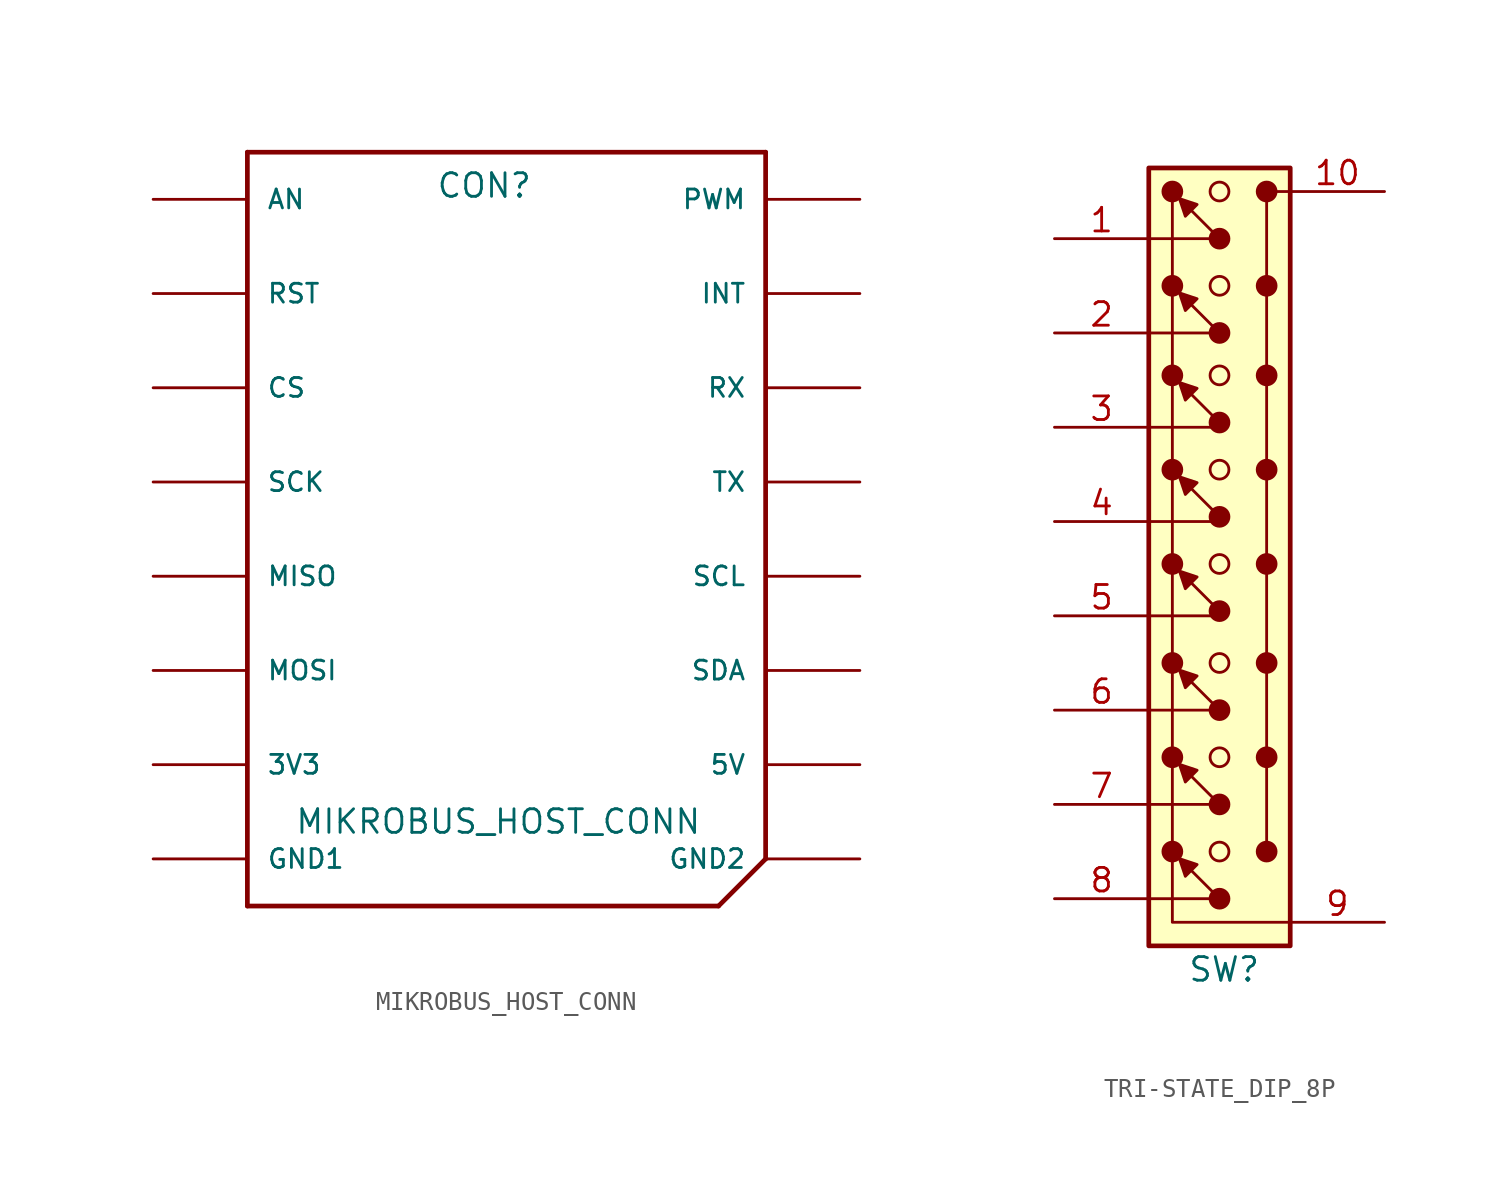
<source format=kicad_sym>
(kicad_symbol_lib
  (version 20241209)
  (generator "kicad_symbol_editor")
  (generator_version "9.0")
  (symbol "MIKROBUS_HOST_CONN"
    (pin_numbers
      (hide yes))
    (pin_names
      (offset 1.016))
    (property "Reference" "CON"
      (at 10.16 38.1 0)
      (effects (font (size 1.27 1.27)) (justify left bottom)))
    (property "Value" "MIKROBUS_HOST_CONN"
      (at 2.54 3.81 0)
      (effects (font (size 1.27 1.27)) (justify left bottom)))
    (symbol "MIKROBUS_HOST_CONN_0_0"
      (polyline (pts (xy 0 40.64) (xy 27.94 40.64)) (stroke (width 0.254) (type solid)) (fill (type none)))
      (polyline (pts (xy 0 0) (xy 0 40.64)) (stroke (width 0.254) (type solid)) (fill (type none)))
      (polyline (pts (xy 25.4 0) (xy 0 0)) (stroke (width 0.254) (type solid)) (fill (type none)))
      (polyline (pts (xy 27.94 40.64) (xy 27.94 2.54)) (stroke (width 0.254) (type solid)) (fill (type none)))
      (polyline (pts (xy 27.94 2.54) (xy 25.4 0)) (stroke (width 0.254) (type solid)) (fill (type none)))
      (pin bidirectional line (at -5.08 38.1 0) (length 5.08) (name "AN" (effects (font (size 1.016 1.016)))) (number "P1" (effects (font (size 1.016 1.016)))))
      (pin bidirectional line (at -5.08 33.02 0) (length 5.08) (name "RST" (effects (font (size 1.016 1.016)))) (number "P2" (effects (font (size 1.016 1.016)))))
      (pin bidirectional line (at -5.08 27.94 0) (length 5.08) (name "CS" (effects (font (size 1.016 1.016)))) (number "P3" (effects (font (size 1.016 1.016)))))
      (pin bidirectional line (at -5.08 22.86 0) (length 5.08) (name "SCK" (effects (font (size 1.016 1.016)))) (number "P4" (effects (font (size 1.016 1.016)))))
      (pin bidirectional line (at -5.08 17.78 0) (length 5.08) (name "MISO" (effects (font (size 1.016 1.016)))) (number "P5" (effects (font (size 1.016 1.016)))))
      (pin bidirectional line (at -5.08 12.7 0) (length 5.08) (name "MOSI" (effects (font (size 1.016 1.016)))) (number "P6" (effects (font (size 1.016 1.016)))))
      (pin power_in line (at -5.08 7.62 0) (length 5.08) (name "3V3" (effects (font (size 1.016 1.016)))) (number "P7" (effects (font (size 1.016 1.016)))))
      (pin bidirectional line (at -5.08 2.54 0) (length 5.08) (name "GND1" (effects (font (size 1.016 1.016)))) (number "P8" (effects (font (size 1.016 1.016)))))
      (pin bidirectional line (at 33.02 38.1 180) (length 5.08) (name "PWM" (effects (font (size 1.016 1.016)))) (number "P16" (effects (font (size 1.016 1.016)))))
      (pin bidirectional line (at 33.02 33.02 180) (length 5.08) (name "INT" (effects (font (size 1.016 1.016)))) (number "P15" (effects (font (size 1.016 1.016)))))
      (pin bidirectional line (at 33.02 27.94 180) (length 5.08) (name "RX" (effects (font (size 1.016 1.016)))) (number "P14" (effects (font (size 1.016 1.016)))))
      (pin bidirectional line (at 33.02 22.86 180) (length 5.08) (name "TX" (effects (font (size 1.016 1.016)))) (number "P13" (effects (font (size 1.016 1.016)))))
      (pin bidirectional line (at 33.02 17.78 180) (length 5.08) (name "SCL" (effects (font (size 1.016 1.016)))) (number "P12" (effects (font (size 1.016 1.016)))))
      (pin bidirectional line (at 33.02 12.7 180) (length 5.08) (name "SDA" (effects (font (size 1.016 1.016)))) (number "P11" (effects (font (size 1.016 1.016)))))
      (pin power_in line (at 33.02 7.62 180) (length 5.08) (name "5V" (effects (font (size 1.016 1.016)))) (number "P10" (effects (font (size 1.016 1.016)))))
      (pin bidirectional line (at 33.02 2.54 180) (length 5.08) (name "GND2" (effects (font (size 1.016 1.016)))) (number "P9" (effects (font (size 1.016 1.016)))))))
  (symbol "TRI-STATE_DIP_8P"
    (property "Reference" "SW"
      (at 0.889 -19.685 0)
      (effects (font (size 1.27 1.27))))
    (property "Value" ""
      (at 0 0 0)
      (effects (font (size 1.27 1.27))))
    (symbol "TRI-STATE_DIP_8P_0_0"
      (circle (center -1.905 22.225) (radius 0.508) (stroke (width 0) (type default)) (fill (type outline)))
      (circle (center -1.905 17.145) (radius 0.508) (stroke (width 0) (type default)) (fill (type outline)))
      (circle (center -1.905 12.319) (radius 0.508) (stroke (width 0) (type default)) (fill (type outline)))
      (circle (center -1.905 7.239) (radius 0.508) (stroke (width 0) (type default)) (fill (type outline)))
      (circle (center -1.905 2.159) (radius 0.508) (stroke (width 0) (type default)) (fill (type outline)))
      (circle (center -1.905 -3.175) (radius 0.508) (stroke (width 0) (type default)) (fill (type outline)))
      (circle (center -1.905 -8.255) (radius 0.508) (stroke (width 0) (type default)) (fill (type outline)))
      (circle (center -1.905 -13.335) (radius 0.508) (stroke (width 0) (type default)) (fill (type outline)))
      (circle (center 0.635 22.225) (radius 0.508) (stroke (width 0) (type default)) (fill (type none)))
      (circle (center 0.635 17.145) (radius 0.508) (stroke (width 0) (type default)) (fill (type none)))
      (circle (center 0.635 12.319) (radius 0.508) (stroke (width 0) (type default)) (fill (type none)))
      (circle (center 0.635 7.239) (radius 0.508) (stroke (width 0) (type default)) (fill (type none)))
      (circle (center 0.635 2.159) (radius 0.508) (stroke (width 0) (type default)) (fill (type none)))
      (circle (center 0.635 -3.175) (radius 0.508) (stroke (width 0) (type default)) (fill (type none)))
      (circle (center 0.635 -8.255) (radius 0.508) (stroke (width 0) (type default)) (fill (type none)))
      (circle (center 0.635 -13.335) (radius 0.508) (stroke (width 0) (type default)) (fill (type none)))
      (circle (center 3.175 22.225) (radius 0.508) (stroke (width 0) (type default)) (fill (type outline)))
      (circle (center 3.175 17.145) (radius 0.508) (stroke (width 0) (type default)) (fill (type outline)))
      (circle (center 3.175 12.319) (radius 0.508) (stroke (width 0) (type default)) (fill (type outline)))
      (circle (center 3.175 7.239) (radius 0.508) (stroke (width 0) (type default)) (fill (type outline)))
      (circle (center 3.175 2.159) (radius 0.508) (stroke (width 0) (type default)) (fill (type outline)))
      (circle (center 3.175 -3.175) (radius 0.508) (stroke (width 0) (type default)) (fill (type outline)))
      (circle (center 3.175 -8.255) (radius 0.508) (stroke (width 0) (type default)) (fill (type outline)))
      (circle (center 3.175 -13.335) (radius 0.508) (stroke (width 0) (type default)) (fill (type outline))))
    (symbol "TRI-STATE_DIP_8P_0_1"
      (rectangle (start -3.175 -18.415) (end 4.445 23.495) (stroke (width 0.254) (type default)) (fill (type background)))
      (polyline (pts (xy 0.635 19.685) (xy -1.27 21.59)) (stroke (width 0) (type default)) (fill (type none)))
      (polyline (pts (xy 0.635 14.605) (xy -1.27 16.51)) (stroke (width 0) (type default)) (fill (type none)))
      (polyline (pts (xy 0.635 9.779) (xy -1.27 11.684)) (stroke (width 0) (type default)) (fill (type none)))
      (polyline (pts (xy 0.635 4.699) (xy -1.27 6.604)) (stroke (width 0) (type default)) (fill (type none)))
      (polyline (pts (xy 0.635 -0.381) (xy -1.27 1.524)) (stroke (width 0) (type default)) (fill (type none)))
      (polyline (pts (xy 0.635 -5.715) (xy -1.27 -3.81)) (stroke (width 0) (type default)) (fill (type none)))
      (polyline (pts (xy 0.635 -10.795) (xy -1.27 -8.89)) (stroke (width 0) (type default)) (fill (type none)))
      (polyline (pts (xy 0.635 -15.875) (xy -1.27 -13.97)) (stroke (width 0) (type default)) (fill (type none))))
    (symbol "TRI-STATE_DIP_8P_1_0"
      (polyline (pts (xy -1.524 21.844) (xy -0.572 21.526) (xy -1.206 20.892) (xy -1.524 21.844)) (stroke (width 0) (type solid)) (fill (type outline)))
      (polyline (pts (xy -1.524 16.764) (xy -0.572 16.447) (xy -1.206 15.812) (xy -1.524 16.764)) (stroke (width 0) (type solid)) (fill (type outline)))
      (polyline (pts (xy -1.524 11.938) (xy -0.572 11.62) (xy -1.206 10.986) (xy -1.524 11.938)) (stroke (width 0) (type solid)) (fill (type outline)))
      (polyline (pts (xy -1.524 6.858) (xy -0.572 6.54) (xy -1.206 5.905) (xy -1.524 6.858)) (stroke (width 0) (type solid)) (fill (type outline)))
      (polyline (pts (xy -1.524 1.778) (xy -0.572 1.46) (xy -1.206 0.826) (xy -1.524 1.778)) (stroke (width 0) (type solid)) (fill (type outline)))
      (polyline (pts (xy -1.524 -3.556) (xy -0.572 -3.873) (xy -1.206 -4.508) (xy -1.524 -3.556)) (stroke (width 0) (type solid)) (fill (type outline)))
      (polyline (pts (xy -1.524 -8.636) (xy -0.572 -8.954) (xy -1.206 -9.588) (xy -1.524 -8.636)) (stroke (width 0) (type solid)) (fill (type outline)))
      (polyline (pts (xy -1.524 -13.716) (xy -0.572 -14.034) (xy -1.206 -14.668) (xy -1.524 -13.716)) (stroke (width 0) (type solid)) (fill (type outline)))
      (polyline (pts (xy 0.635 19.685) (xy -3.175 19.685)) (stroke (width 0) (type default)) (fill (type none)))
      (circle (center 0.635 19.685) (radius 0.508) (stroke (width 0) (type solid)) (fill (type outline)))
      (polyline (pts (xy 0.635 14.605) (xy -3.175 14.605)) (stroke (width 0) (type default)) (fill (type none)))
      (circle (center 0.635 14.605) (radius 0.508) (stroke (width 0) (type solid)) (fill (type outline)))
      (circle (center 0.635 9.779) (radius 0.508) (stroke (width 0) (type solid)) (fill (type outline)))
      (polyline (pts (xy 0.635 9.525) (xy -3.175 9.525)) (stroke (width 0) (type default)) (fill (type none)))
      (circle (center 0.635 4.699) (radius 0.508) (stroke (width 0) (type solid)) (fill (type outline)))
      (polyline (pts (xy 0.635 4.445) (xy -3.175 4.445)) (stroke (width 0) (type default)) (fill (type none)))
      (circle (center 0.635 -0.381) (radius 0.508) (stroke (width 0) (type solid)) (fill (type outline)))
      (polyline (pts (xy 0.635 -0.635) (xy -3.175 -0.635)) (stroke (width 0) (type default)) (fill (type none)))
      (polyline (pts (xy 0.635 -5.715) (xy -3.175 -5.715)) (stroke (width 0) (type default)) (fill (type none)))
      (circle (center 0.635 -5.715) (radius 0.508) (stroke (width 0) (type solid)) (fill (type outline)))
      (polyline (pts (xy 0.635 -10.795) (xy -3.175 -10.795)) (stroke (width 0) (type default)) (fill (type none)))
      (circle (center 0.635 -10.795) (radius 0.508) (stroke (width 0) (type solid)) (fill (type outline)))
      (polyline (pts (xy 0.635 -15.875) (xy -3.175 -15.875)) (stroke (width 0) (type default)) (fill (type none)))
      (circle (center 0.635 -15.875) (radius 0.508) (stroke (width 0) (type solid)) (fill (type outline)))
      (polyline (pts (xy 3.175 -13.335) (xy 3.175 22.225) (xy 4.445 22.225)) (stroke (width 0) (type default)) (fill (type none)))
      (polyline (pts (xy 4.445 -17.145) (xy -1.905 -17.145) (xy -1.905 22.225)) (stroke (width 0) (type default)) (fill (type none))))
    (symbol "TRI-STATE_DIP_8P_1_1"
      (pin passive line (at -8.255 19.685 0) (length 5.08) (name "~" (effects (font (size 1.27 1.27)))) (number "1" (effects (font (size 1.27 1.27)))))
      (pin passive line (at -8.255 14.605 0) (length 5.08) (name "~" (effects (font (size 1.27 1.27)))) (number "2" (effects (font (size 1.27 1.27)))))
      (pin passive line (at -8.255 9.525 0) (length 5.08) (name "~" (effects (font (size 1.27 1.27)))) (number "3" (effects (font (size 1.27 1.27)))))
      (pin passive line (at -8.255 4.445 0) (length 5.08) (name "~" (effects (font (size 1.27 1.27)))) (number "4" (effects (font (size 1.27 1.27)))))
      (pin passive line (at -8.255 -0.635 0) (length 5.08) (name "~" (effects (font (size 1.27 1.27)))) (number "5" (effects (font (size 1.27 1.27)))))
      (pin passive line (at -8.255 -5.715 0) (length 5.08) (name "~" (effects (font (size 1.27 1.27)))) (number "6" (effects (font (size 1.27 1.27)))))
      (pin passive line (at -8.255 -10.795 0) (length 5.08) (name "~" (effects (font (size 1.27 1.27)))) (number "7" (effects (font (size 1.27 1.27)))))
      (pin passive line (at -8.255 -15.875 0) (length 5.08) (name "~" (effects (font (size 1.27 1.27)))) (number "8" (effects (font (size 1.27 1.27)))))
      (pin passive line (at 9.525 22.225 180) (length 5.08) (name "~" (effects (font (size 1.27 1.27)))) (number "10" (effects (font (size 1.27 1.27)))))
      (pin passive line (at 9.525 -17.145 180) (length 5.08) (name "~" (effects (font (size 1.27 1.27)))) (number "9" (effects (font (size 1.27 1.27))))))))
</source>
